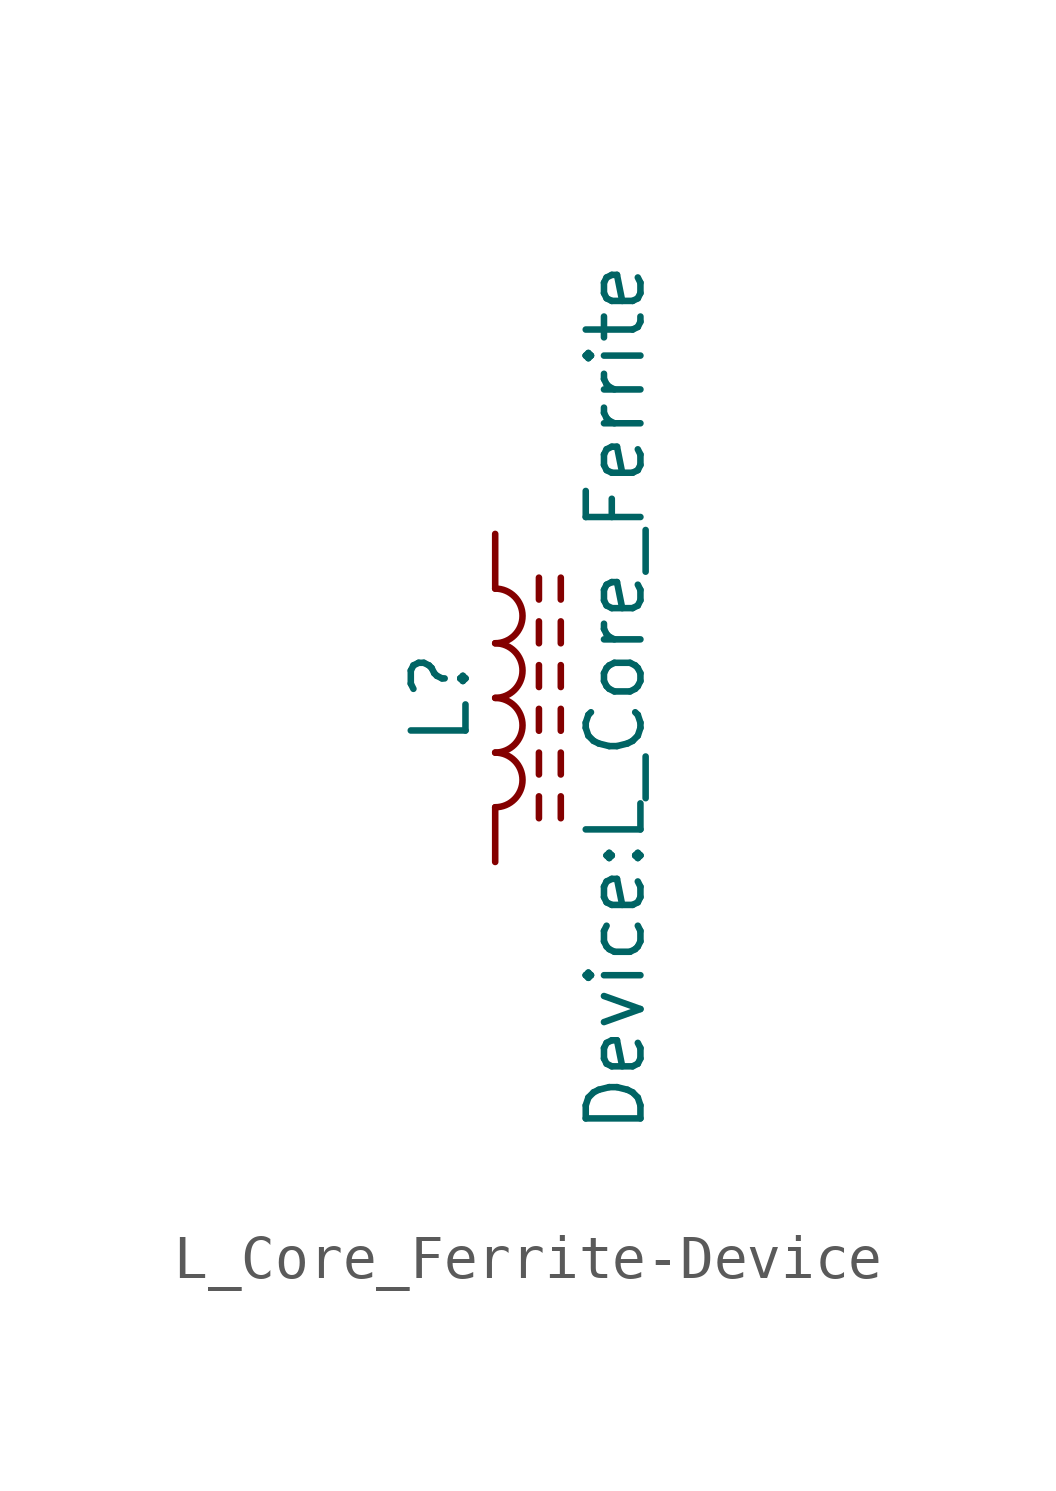
<source format=kicad_sym>
(kicad_symbol_lib
  (version 20231120)
  (generator "kicad_symbol_editor")
  (generator_version "8.0")
  (symbol "L_Core_Ferrite-Device"
    (pin_numbers hide)
    (pin_names
      (offset 1.016) hide)
    (property "Reference" "L"
      (at -1.27 0 90)
      (effects (font (size 1.27 1.27))))
    (property "Value" "Device:L_Core_Ferrite"
      (at 2.794 0 90)
      (effects (font (size 1.27 1.27))))
    (symbol "L_Core_Ferrite-Device_0_1"
      (arc (start 0 -2.54) (mid 0.635 -1.905) (end 0 -1.27) (stroke (width 0) (type solid)) (fill (type none)))
      (arc (start 0 -1.27) (mid 0.635 -0.635) (end 0 0) (stroke (width 0) (type solid)) (fill (type none)))
      (polyline (pts (xy 1.016 -2.794) (xy 1.016 -2.286)) (stroke (width 0) (type solid)) (fill (type none)))
      (polyline (pts (xy 1.016 -1.778) (xy 1.016 -1.27)) (stroke (width 0) (type solid)) (fill (type none)))
      (polyline (pts (xy 1.016 -0.762) (xy 1.016 -0.254)) (stroke (width 0) (type solid)) (fill (type none)))
      (polyline (pts (xy 1.016 0.254) (xy 1.016 0.762)) (stroke (width 0) (type solid)) (fill (type none)))
      (polyline (pts (xy 1.016 1.27) (xy 1.016 1.778)) (stroke (width 0) (type solid)) (fill (type none)))
      (polyline (pts (xy 1.016 2.286) (xy 1.016 2.794)) (stroke (width 0) (type solid)) (fill (type none)))
      (polyline (pts (xy 1.524 -2.286) (xy 1.524 -2.794)) (stroke (width 0) (type solid)) (fill (type none)))
      (polyline (pts (xy 1.524 -1.27) (xy 1.524 -1.778)) (stroke (width 0) (type solid)) (fill (type none)))
      (polyline (pts (xy 1.524 -0.254) (xy 1.524 -0.762)) (stroke (width 0) (type solid)) (fill (type none)))
      (polyline (pts (xy 1.524 0.762) (xy 1.524 0.254)) (stroke (width 0) (type solid)) (fill (type none)))
      (polyline (pts (xy 1.524 1.778) (xy 1.524 1.27)) (stroke (width 0) (type solid)) (fill (type none)))
      (polyline (pts (xy 1.524 2.794) (xy 1.524 2.286)) (stroke (width 0) (type solid)) (fill (type none)))
      (arc (start 0 0) (mid 0.635 0.635) (end 0 1.27) (stroke (width 0) (type solid)) (fill (type none)))
      (arc (start 0 1.27) (mid 0.635 1.905) (end 0 2.54) (stroke (width 0) (type solid)) (fill (type none))))
    (symbol "L_Core_Ferrite-Device_1_1"
      (pin passive line (at 0 3.81 270) (length 1.27) (name "1" (effects (font (size 1.27 1.27)))) (number "1" (effects (font (size 1.27 1.27)))))
      (pin passive line (at 0 -3.81 90) (length 1.27) (name "2" (effects (font (size 1.27 1.27)))) (number "2" (effects (font (size 1.27 1.27))))))))
</source>
